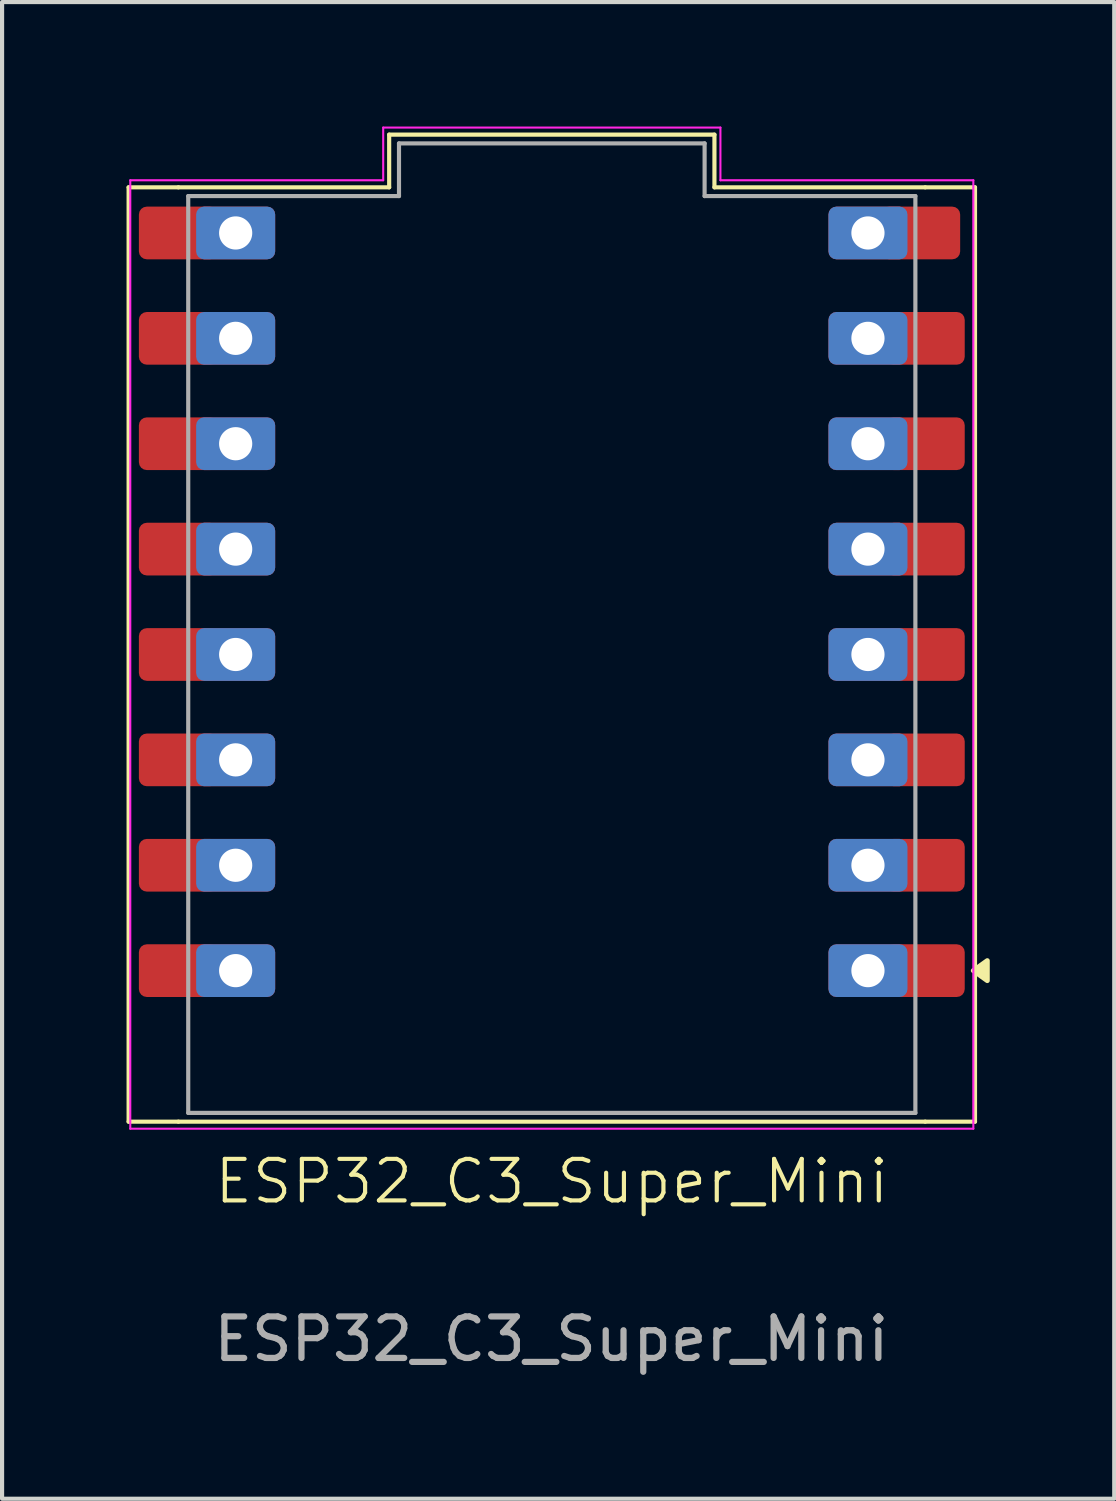
<source format=kicad_pcb>
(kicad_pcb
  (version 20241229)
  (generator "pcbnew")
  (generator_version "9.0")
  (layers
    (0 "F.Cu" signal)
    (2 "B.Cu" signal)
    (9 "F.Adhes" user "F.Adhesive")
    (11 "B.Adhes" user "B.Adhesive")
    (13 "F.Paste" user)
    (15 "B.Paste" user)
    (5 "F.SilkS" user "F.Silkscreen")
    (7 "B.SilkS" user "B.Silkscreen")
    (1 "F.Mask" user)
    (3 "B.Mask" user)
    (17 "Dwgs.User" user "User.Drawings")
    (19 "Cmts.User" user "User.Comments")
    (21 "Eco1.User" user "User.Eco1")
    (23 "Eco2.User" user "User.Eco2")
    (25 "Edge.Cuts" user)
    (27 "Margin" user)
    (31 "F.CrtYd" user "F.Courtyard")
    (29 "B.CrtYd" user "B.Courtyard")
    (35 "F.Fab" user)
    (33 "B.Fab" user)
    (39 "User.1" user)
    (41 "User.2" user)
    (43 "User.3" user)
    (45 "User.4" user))
  (footprint "ESP32_C3_Super_Mini"
    (layer "F.Cu")
    (at 10.25 12.725)
    (property "Reference" "ESP32_C3_Super_Mini" (at 0 12.7 0) (unlocked yes) (layer "F.SilkS") (effects (font (size 1 1) (thickness 0.1))))
    (attr smd)
    (fp_line (start -10.2 -11.26) (end -10.2 11.26) (stroke (width 0.1) (type default)) (layer "F.SilkS"))
    (fp_line (start -9 -11.26) (end -10.2 -11.26) (stroke (width 0.1) (type default)) (layer "F.SilkS"))
    (fp_line (start -9 -11.26) (end -3.92 -11.26) (stroke (width 0.1) (type default)) (layer "F.SilkS"))
    (fp_line (start -9 11.26) (end -10.2 11.26) (stroke (width 0.1) (type default)) (layer "F.SilkS"))
    (fp_line (start -9 11.26) (end 9 11.26) (stroke (width 0.1) (type default)) (layer "F.SilkS"))
    (fp_line (start -3.92 -11.26) (end -3.92 -12.53) (stroke (width 0.1) (type default)) (layer "F.SilkS"))
    (fp_line (start 3.92 -12.53) (end -3.92 -12.53) (stroke (width 0.1) (type default)) (layer "F.SilkS"))
    (fp_line (start 3.92 -11.26) (end 3.92 -12.53) (stroke (width 0.1) (type default)) (layer "F.SilkS"))
    (fp_line (start 3.92 -11.26) (end 9 -11.26) (stroke (width 0.1) (type default)) (layer "F.SilkS"))
    (fp_line (start 9 -11.26) (end 10.2 -11.26) (stroke (width 0.1) (type default)) (layer "F.SilkS"))
    (fp_line (start 10.2 11.26) (end 9 11.26) (stroke (width 0.1) (type default)) (layer "F.SilkS"))
    (fp_line (start 10.2 11.26) (end 10.2 -11.26) (stroke (width 0.1) (type default)) (layer "F.SilkS"))
    (fp_poly (pts (xy 10.16 7.62) (xy 10.496 7.86) (xy 10.496 7.38) (xy 10.16 7.62)) (stroke (width 0.12) (type solid)) (fill yes) (layer "F.SilkS"))
    (fp_line (start -10.16 -11.43) (end -10.16 11.43) (stroke (width 0.05) (type solid)) (layer "F.CrtYd"))
    (fp_line (start -10.16 -11.43) (end -4.064 -11.43) (stroke (width 0.05) (type solid)) (layer "F.CrtYd"))
    (fp_line (start -4.064 -12.7) (end -4.064 -11.43) (stroke (width 0.05) (type solid)) (layer "F.CrtYd"))
    (fp_line (start 4.064 -12.7) (end -4.064 -12.7) (stroke (width 0.05) (type solid)) (layer "F.CrtYd"))
    (fp_line (start 4.064 -11.43) (end 4.064 -12.7) (stroke (width 0.05) (type solid)) (layer "F.CrtYd"))
    (fp_line (start 10.16 -11.43) (end 4.064 -11.43) (stroke (width 0.05) (type solid)) (layer "F.CrtYd"))
    (fp_line (start 10.16 11.43) (end -10.16 11.43) (stroke (width 0.05) (type solid)) (layer "F.CrtYd"))
    (fp_line (start 10.16 11.43) (end 10.16 -11.43) (stroke (width 0.05) (type solid)) (layer "F.CrtYd"))
    (fp_line (start -8.763 11.049) (end -8.763 -11.049) (stroke (width 0.1) (type solid)) (layer "F.Fab"))
    (fp_line (start -3.683 -11.049) (end -8.763 -11.049) (stroke (width 0.1) (type solid)) (layer "F.Fab"))
    (fp_line (start -3.683 -11.049) (end -3.683 -12.319) (stroke (width 0.1) (type solid)) (layer "F.Fab"))
    (fp_line (start 3.683 -12.319) (end -3.683 -12.319) (stroke (width 0.1) (type solid)) (layer "F.Fab"))
    (fp_line (start 3.683 -11.049) (end 3.683 -12.319) (stroke (width 0.1) (type solid)) (layer "F.Fab"))
    (fp_line (start 8.763 -11.049) (end 3.683 -11.049) (stroke (width 0.1) (type solid)) (layer "F.Fab"))
    (fp_line (start 8.763 11.049) (end -8.763 11.049) (stroke (width 0.1) (type solid)) (layer "F.Fab"))
    (fp_line (start 8.763 11.049) (end 8.763 -11.049) (stroke (width 0.1) (type solid)) (layer "F.Fab"))
    (fp_text user "${REFERENCE}" (at -0.01 16.5 0) (unlocked yes) (layer "F.Fab") (effects (font (size 1 1) (thickness 0.15))))
    (pad "0" thru_hole roundrect (at 7.62 7.62) (size 1.905 1.27) (drill 0.8) (layers "*.Cu" "*.Mask") (roundrect_rratio 0.15))
    (pad "0" smd roundrect (at 9 7.62) (size 1.905 1.27) (layers "F.Cu" "F.Mask" "F.Paste") (roundrect_rratio 0.15))
    (pad "1" thru_hole roundrect (at 7.62 5.08) (size 1.905 1.27) (drill 0.8) (layers "*.Cu" "*.Mask") (roundrect_rratio 0.15))
    (pad "1" smd roundrect (at 9 5.08) (size 1.905 1.27) (layers "F.Cu" "F.Mask" "F.Paste") (roundrect_rratio 0.15))
    (pad "2" thru_hole roundrect (at 7.62 2.54) (size 1.905 1.27) (drill 0.8) (layers "*.Cu" "*.Mask") (roundrect_rratio 0.15))
    (pad "2" smd roundrect (at 9 2.54) (size 1.905 1.27) (layers "F.Cu" "F.Mask" "F.Paste") (roundrect_rratio 0.15))
    (pad "3" thru_hole roundrect (at 7.62 0) (size 1.905 1.27) (drill 0.8) (layers "*.Cu" "*.Mask") (roundrect_rratio 0.15))
    (pad "3" smd roundrect (at 9 0) (size 1.905 1.27) (layers "F.Cu" "F.Mask" "F.Paste") (roundrect_rratio 0.15))
    (pad "4" thru_hole roundrect (at 7.62 -2.54) (size 1.905 1.27) (drill 0.8) (layers "*.Cu" "*.Mask") (roundrect_rratio 0.15))
    (pad "4" smd roundrect (at 9 -2.54) (size 1.905 1.27) (layers "F.Cu" "F.Mask" "F.Paste") (roundrect_rratio 0.15))
    (pad "5" thru_hole roundrect (at 7.62 -5.08) (size 1.905 1.27) (drill 0.8) (layers "*.Cu" "*.Mask") (roundrect_rratio 0.15))
    (pad "5" smd roundrect (at 9 -5.08) (size 1.905 1.27) (layers "F.Cu" "F.Mask" "F.Paste") (roundrect_rratio 0.15))
    (pad "6" thru_hole roundrect (at 7.62 -7.62) (size 1.905 1.27) (drill 0.8) (layers "*.Cu" "*.Mask") (roundrect_rratio 0.15))
    (pad "6" smd roundrect (at 9 -7.62) (size 1.905 1.27) (layers "F.Cu" "F.Mask" "F.Paste") (roundrect_rratio 0.15))
    (pad "7" thru_hole roundrect (at 7.62 -10.16) (size 1.905 1.27) (drill 0.8) (layers "*.Cu" "*.Mask") (roundrect_rratio 0.15))
    (pad "7" smd roundrect (at 8.89 -10.16) (size 1.905 1.27) (layers "F.Cu" "F.Mask" "F.Paste") (roundrect_rratio 0.15))
    (pad "8" smd roundrect (at -9 -10.16) (size 1.905 1.27) (layers "F.Cu" "F.Mask" "F.Paste") (roundrect_rratio 0.15))
    (pad "8" thru_hole roundrect (at -7.62 -10.16) (size 1.905 1.27) (drill 0.8) (layers "*.Cu" "*.Mask") (roundrect_rratio 0.15))
    (pad "9" smd roundrect (at -9 -7.62) (size 1.905 1.27) (layers "F.Cu" "F.Mask" "F.Paste") (roundrect_rratio 0.15))
    (pad "9" thru_hole roundrect (at -7.62 -7.62) (size 1.905 1.27) (drill 0.8) (layers "*.Cu" "*.Mask") (roundrect_rratio 0.15))
    (pad "10" smd roundrect (at -9 -5.08) (size 1.905 1.27) (layers "F.Cu" "F.Mask" "F.Paste") (roundrect_rratio 0.15))
    (pad "10" thru_hole roundrect (at -7.62 -5.08) (size 1.905 1.27) (drill 0.8) (layers "*.Cu" "*.Mask") (roundrect_rratio 0.15))
    (pad "11" smd roundrect (at -9 -2.54) (size 1.905 1.27) (layers "F.Cu" "F.Mask" "F.Paste") (roundrect_rratio 0.15))
    (pad "11" thru_hole roundrect (at -7.62 -2.54) (size 1.905 1.27) (drill 0.8) (layers "*.Cu" "*.Mask") (roundrect_rratio 0.15))
    (pad "12" smd roundrect (at -9 0) (size 1.905 1.27) (layers "F.Cu" "F.Mask" "F.Paste") (roundrect_rratio 0.15))
    (pad "12" thru_hole roundrect (at -7.62 0) (size 1.905 1.27) (drill 0.8) (layers "*.Cu" "*.Mask") (roundrect_rratio 0.15))
    (pad "13" smd roundrect (at -9 2.54) (size 1.905 1.27) (layers "F.Cu" "F.Mask" "F.Paste") (roundrect_rratio 0.15))
    (pad "13" thru_hole roundrect (at -7.62 2.54) (size 1.905 1.27) (drill 0.8) (layers "*.Cu" "*.Mask") (roundrect_rratio 0.15))
    (pad "14" smd roundrect (at -9 5.08) (size 1.905 1.27) (layers "F.Cu" "F.Mask" "F.Paste") (roundrect_rratio 0.15))
    (pad "14" thru_hole roundrect (at -7.62 5.08) (size 1.905 1.27) (drill 0.8) (layers "*.Cu" "*.Mask") (roundrect_rratio 0.15))
    (pad "15" smd roundrect (at -9 7.62) (size 1.905 1.27) (layers "F.Cu" "F.Mask" "F.Paste") (roundrect_rratio 0.15))
    (pad "15" thru_hole roundrect (at -7.62 7.62) (size 1.905 1.27) (drill 0.8) (layers "*.Cu" "*.Mask") (roundrect_rratio 0.15)))
  (gr_rect
    (start -3 -3)
    (end 23.806 33.073)
    (stroke (width 0.1) (type default))
    (fill no)
    (layer "Edge.Cuts")))
</source>
